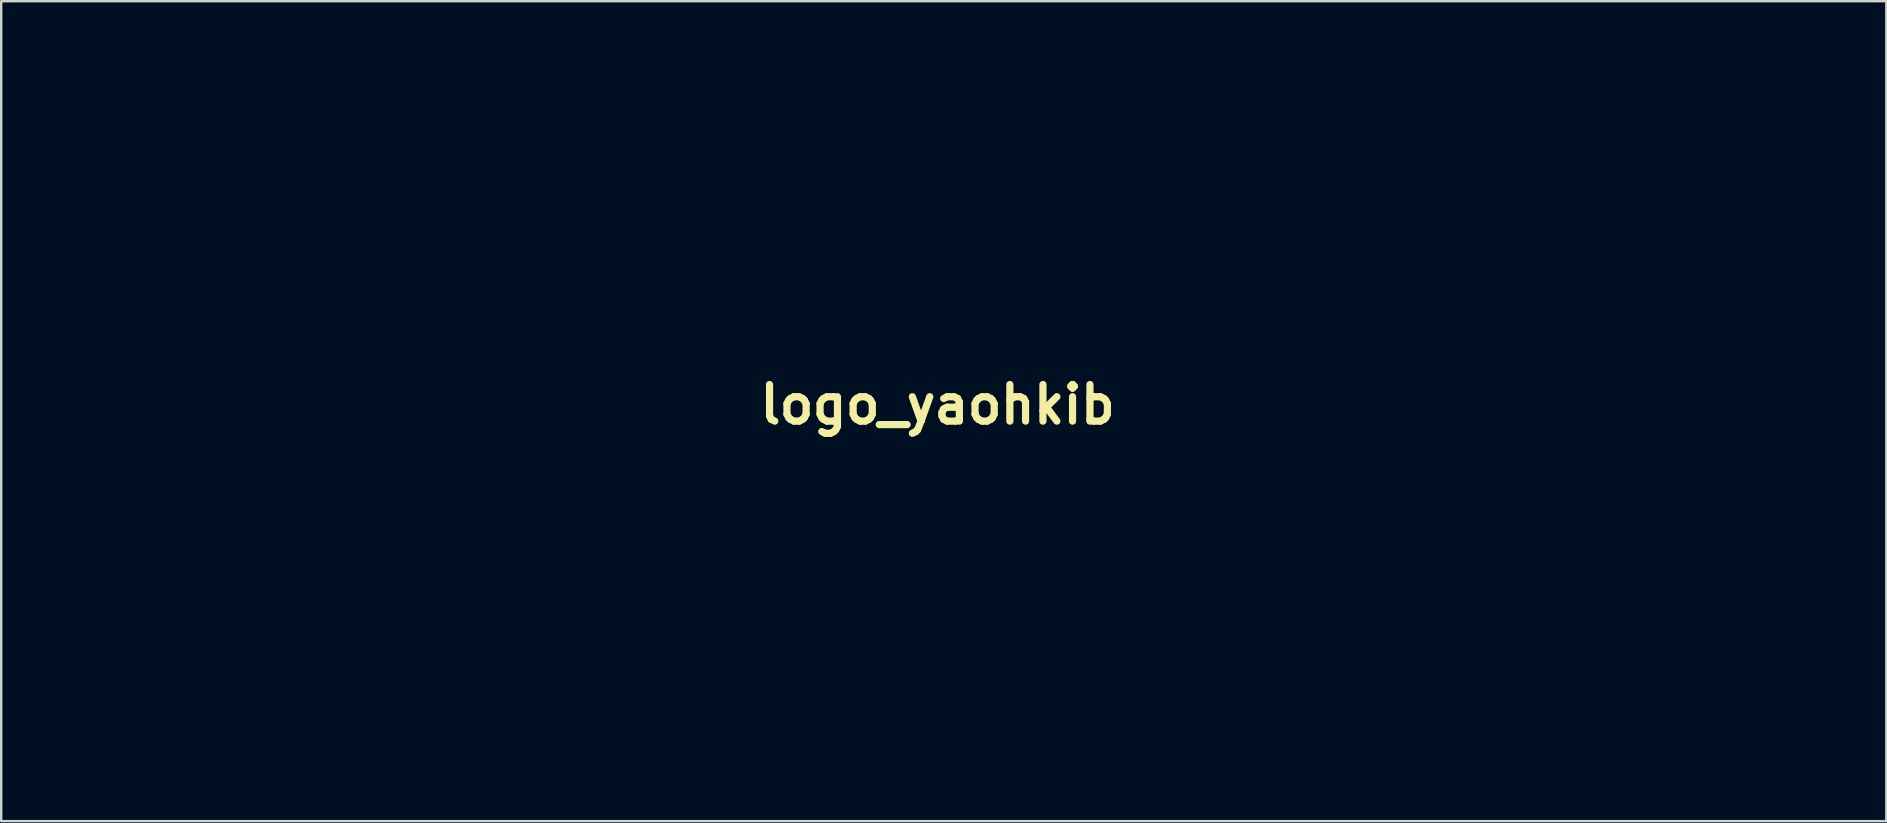
<source format=kicad_pcb>
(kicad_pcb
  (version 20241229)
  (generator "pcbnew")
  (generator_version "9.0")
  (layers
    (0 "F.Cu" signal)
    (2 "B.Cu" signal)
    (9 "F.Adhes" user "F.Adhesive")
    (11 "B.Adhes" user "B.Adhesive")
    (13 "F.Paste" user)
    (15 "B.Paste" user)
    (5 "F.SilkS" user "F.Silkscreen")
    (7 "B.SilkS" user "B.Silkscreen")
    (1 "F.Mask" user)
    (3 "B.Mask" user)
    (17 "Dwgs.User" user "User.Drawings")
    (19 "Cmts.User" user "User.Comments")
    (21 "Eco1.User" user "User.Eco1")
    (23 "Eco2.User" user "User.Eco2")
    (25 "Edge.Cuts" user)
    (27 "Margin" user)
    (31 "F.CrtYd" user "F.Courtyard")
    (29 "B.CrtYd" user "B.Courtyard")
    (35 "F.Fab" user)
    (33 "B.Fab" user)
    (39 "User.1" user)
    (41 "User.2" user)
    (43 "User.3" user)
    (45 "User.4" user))
  (footprint "logo_yaohkib"
    (layer "F.Cu")
    (at 36.023 13.81)
    (property "Reference" "logo_yaohkib" (at 0 0 0) (layer "F.SilkS") (effects (font (size 1.524 1.524) (thickness 0.3))))
    (attr through_hole)
    (fp_poly (pts (xy 9.483 -11.007) (xy 9.543 -10.404) (xy 9.483 -10.329) (xy 9.181 -10.399) (xy 9.144 -10.668) (xy 9.33 -11.086) (xy 9.483 -11.007)) (stroke (width 0.01) (type solid)) (fill no) (layer "Eco2.User"))
    (fp_poly (pts (xy 12.531 13.377) (xy 12.461 13.679) (xy 12.192 13.716) (xy 11.774 13.53) (xy 11.853 13.377) (xy 12.456 13.317) (xy 12.531 13.377)) (stroke (width 0.01) (type solid)) (fill no) (layer "Eco2.User"))
    (fp_poly (pts (xy 15.579 -6.435) (xy 15.639 -5.832) (xy 15.579 -5.757) (xy 15.277 -5.827) (xy 15.24 -6.096) (xy 15.426 -6.514) (xy 15.579 -6.435)) (stroke (width 0.01) (type solid)) (fill no) (layer "Eco2.User"))
    (fp_poly (pts (xy 18.119 5.757) (xy 18.049 6.059) (xy 17.78 6.096) (xy 17.362 5.91) (xy 17.441 5.757) (xy 18.044 5.697) (xy 18.119 5.757)) (stroke (width 0.01) (type solid)) (fill no) (layer "Eco2.User"))
    (fp_poly (pts (xy 24.215 -3.895) (xy 24.145 -3.593) (xy 23.876 -3.556) (xy 23.458 -3.742) (xy 23.537 -3.895) (xy 24.14 -3.955) (xy 24.215 -3.895)) (stroke (width 0.01) (type solid)) (fill no) (layer "Eco2.User"))
    (fp_poly (pts (xy 21.389 13.058) (xy 21.639 13.694) (xy 21.415 13.921) (xy 20.727 13.876) (xy 20.558 13.69) (xy 20.44 12.969) (xy 20.931 12.775) (xy 21.389 13.058)) (stroke (width 0.01) (type solid)) (fill no) (layer "Eco2.User"))
    (fp_poly (pts (xy 10.579 -1.117) (xy 10.668 -0.762) (xy 10.261 -0.089) (xy 9.906 0) (xy 9.233 -0.407) (xy 9.144 -0.762) (xy 9.551 -1.435) (xy 9.906 -1.524) (xy 10.579 -1.117)) (stroke (width 0.01) (type solid)) (fill no) (layer "Eco2.User"))
    (fp_poly (pts (xy 11.176 -9.906) (xy 11.665 -9.257) (xy 11.684 -9.114) (xy 11.297 -8.65) (xy 11.176 -8.636) (xy 10.73 -9.049) (xy 10.668 -9.428) (xy 10.914 -9.954) (xy 11.176 -9.906)) (stroke (width 0.01) (type solid)) (fill no) (layer "Eco2.User"))
    (fp_poly (pts (xy 13.918 -8.454) (xy 13.97 -8.135) (xy 13.546 -7.422) (xy 13.035 -7.2) (xy 12.327 -7.305) (xy 12.28 -7.955) (xy 12.731 -8.684) (xy 13.419 -8.865) (xy 13.918 -8.454)) (stroke (width 0.01) (type solid)) (fill no) (layer "Eco2.User"))
    (fp_poly (pts (xy 14.138 11.45) (xy 14.224 11.684) (xy 13.813 12.135) (xy 13.462 12.192) (xy 12.786 11.918) (xy 12.7 11.684) (xy 13.111 11.233) (xy 13.462 11.176) (xy 14.138 11.45)) (stroke (width 0.01) (type solid)) (fill no) (layer "Eco2.User"))
    (fp_poly (pts (xy 15.065 -1.213) (xy 14.986 -1.016) (xy 14.53 -0.531) (xy 14.448 -0.508) (xy 14.23 -0.901) (xy 14.224 -1.016) (xy 14.615 -1.504) (xy 14.762 -1.524) (xy 15.065 -1.213)) (stroke (width 0.01) (type solid)) (fill no) (layer "Eco2.User"))
    (fp_poly (pts (xy 21.545 5.831) (xy 21.59 6.096) (xy 21.189 6.859) (xy 20.955 6.985) (xy 20.445 6.749) (xy 20.32 6.096) (xy 20.554 5.29) (xy 20.955 5.207) (xy 21.545 5.831)) (stroke (width 0.01) (type solid)) (fill no) (layer "Eco2.User"))
    (fp_poly (pts (xy 21.755 -12.801) (xy 21.844 -12.446) (xy 21.437 -11.773) (xy 21.082 -11.684) (xy 20.409 -12.091) (xy 20.32 -12.446) (xy 20.727 -13.119) (xy 21.082 -13.208) (xy 21.755 -12.801)) (stroke (width 0.01) (type solid)) (fill no) (layer "Eco2.User"))
    (fp_poly (pts (xy 21.829 -8.249) (xy 21.844 -8.128) (xy 21.457 -7.635) (xy 21.336 -7.62) (xy 20.843 -8.007) (xy 20.828 -8.128) (xy 21.215 -8.621) (xy 21.336 -8.636) (xy 21.829 -8.249)) (stroke (width 0.01) (type solid)) (fill no) (layer "Eco2.User"))
    (fp_poly (pts (xy 21.829 10.039) (xy 21.844 10.16) (xy 21.457 10.653) (xy 21.336 10.668) (xy 20.843 10.281) (xy 20.828 10.16) (xy 21.215 9.667) (xy 21.336 9.652) (xy 21.829 10.039)) (stroke (width 0.01) (type solid)) (fill no) (layer "Eco2.User"))
    (fp_poly (pts (xy 26.33 -5.838) (xy 26.416 -5.618) (xy 26.08 -4.955) (xy 25.428 -4.796) (xy 25.217 -4.924) (xy 24.908 -5.662) (xy 25.452 -6.081) (xy 25.654 -6.096) (xy 26.33 -5.838)) (stroke (width 0.01) (type solid)) (fill no) (layer "Eco2.User"))
    (fp_poly (pts (xy 14.005 7.41) (xy 14.224 8.382) (xy 13.911 9.383) (xy 13.178 9.672) (xy 12.531 9.313) (xy 12.149 8.412) (xy 12.416 7.524) (xy 13.189 7.112) (xy 13.208 7.112) (xy 14.005 7.41)) (stroke (width 0.01) (type solid)) (fill no) (layer "Eco2.User"))
    (fp_poly (pts (xy -8.799 5.83) (xy -8.82 6.819) (xy -9.071 8.36) (xy -9.652 9.06) (xy -10.138 9.114) (xy -9.835 8.604) (xy -9.824 8.592) (xy -9.314 7.578) (xy -8.992 6.35) (xy -8.85 5.613) (xy -8.799 5.83)) (stroke (width 0.01) (type solid)) (fill no) (layer "Eco2.User"))
    (fp_poly (pts (xy 3.39 4.745) (xy 3.682 5.446) (xy 3.781 6.468) (xy 3.678 7.343) (xy 3.446 7.62) (xy 3.172 7.176) (xy 3.049 6.099) (xy 3.048 6.011) (xy 3.138 5.015) (xy 3.359 4.721) (xy 3.39 4.745)) (stroke (width 0.01) (type solid)) (fill no) (layer "Eco2.User"))
    (fp_poly (pts (xy 11.557 -13.115) (xy 12.647 -12.745) (xy 12.954 -11.938) (xy 12.618 -11.107) (xy 11.557 -10.761) (xy 10.545 -10.78) (xy 10.19 -11.35) (xy 10.16 -11.938) (xy 10.302 -12.891) (xy 10.939 -13.157) (xy 11.557 -13.115)) (stroke (width 0.01) (type solid)) (fill no) (layer "Eco2.User"))
    (fp_poly (pts (xy 11.747 9.778) (xy 12.145 10.372) (xy 12.192 11.176) (xy 12.066 12.255) (xy 11.472 12.653) (xy 10.668 12.7) (xy 9.589 12.574) (xy 9.191 11.98) (xy 9.144 11.176) (xy 9.27 10.097) (xy 9.864 9.699) (xy 10.668 9.652) (xy 11.747 9.778)) (stroke (width 0.01) (type solid)) (fill no) (layer "Eco2.User"))
    (fp_poly (pts (xy 19.875 1.142) (xy 20.273 1.736) (xy 20.32 2.54) (xy 20.194 3.619) (xy 19.6 4.017) (xy 18.796 4.064) (xy 17.717 3.938) (xy 17.319 3.344) (xy 17.272 2.54) (xy 17.398 1.461) (xy 17.992 1.063) (xy 18.796 1.016) (xy 19.875 1.142)) (stroke (width 0.01) (type solid)) (fill no) (layer "Eco2.User"))
    (fp_poly (pts (xy 26.289 -3.971) (xy 27.377 -3.607) (xy 27.815 -2.646) (xy 27.847 -2.413) (xy 27.843 -1.435) (xy 27.324 -1.065) (xy 26.45 -1.016) (xy 25.355 -1.134) (xy 24.945 -1.704) (xy 24.892 -2.574) (xy 24.996 -3.652) (xy 25.5 -4.006) (xy 26.289 -3.971)) (stroke (width 0.01) (type solid)) (fill no) (layer "Eco2.User"))
    (fp_poly (pts (xy -11.407 5.9) (xy -11.661 6.79) (xy -12.049 7.762) (xy -12.238 8.128) (xy -12.587 8.602) (xy -12.683 8.12) (xy -12.685 8.043) (xy -12.881 6.816) (xy -13.04 6.308) (xy -13.144 5.705) (xy -12.73 5.824) (xy -11.918 5.832) (xy -11.594 5.526) (xy -11.361 5.382) (xy -11.407 5.9)) (stroke (width 0.01) (type solid)) (fill no) (layer "Eco2.User"))
    (fp_poly (pts (xy 0.769 -3.133) (xy 0.995 -2.12) (xy 1.066 -0.678) (xy 0.987 0.907) (xy 0.766 2.348) (xy 0.408 3.359) (xy 0.23 3.576) (xy -0.168 3.806) (xy -0.387 3.556) (xy -0.46 2.659) (xy -0.422 0.947) (xy -0.405 0.504) (xy -0.227 -1.729) (xy 0.083 -3.063) (xy 0.381 -3.431) (xy 0.769 -3.133)) (stroke (width 0.01) (type solid)) (fill no) (layer "Eco2.User"))
    (fp_poly (pts (xy 17.395 -11.586) (xy 18.974 -11.274) (xy 19.725 -10.519) (xy 19.764 -9.151) (xy 19.593 -8.342) (xy 19.158 -7.465) (xy 18.236 -7.137) (xy 17.601 -7.112) (xy 16.349 -7.205) (xy 15.6 -7.432) (xy 15.579 -7.451) (xy 15.361 -8.136) (xy 15.245 -9.408) (xy 15.24 -9.766) (xy 15.24 -11.742) (xy 17.395 -11.586)) (stroke (width 0.01) (type solid)) (fill no) (layer "Eco2.User"))
    (fp_poly (pts (xy 17.907 8.226) (xy 19.283 8.398) (xy 19.948 8.787) (xy 20.203 9.601) (xy 20.23 9.81) (xy 20.148 11.121) (xy 19.787 11.969) (xy 18.883 12.482) (xy 17.59 12.7) (xy 16.436 12.566) (xy 16.087 12.361) (xy 15.869 11.676) (xy 15.753 10.404) (xy 15.748 10.046) (xy 15.748 8.07) (xy 17.907 8.226)) (stroke (width 0.01) (type solid)) (fill no) (layer "Eco2.User"))
    (fp_poly (pts (xy 14.098 -5.734) (xy 14.222 -4.801) (xy 14.224 -4.349) (xy 14.166 -3.197) (xy 13.798 -2.681) (xy 12.83 -2.545) (xy 12.16 -2.54) (xy 10.851 -2.587) (xy 10.29 -2.883) (xy 10.209 -3.66) (xy 10.255 -4.191) (xy 10.464 -5.289) (xy 11.023 -5.795) (xy 12.26 -5.995) (xy 12.319 -6) (xy 13.564 -6.047) (xy 14.098 -5.734)) (stroke (width 0.01) (type solid)) (fill no) (layer "Eco2.User"))
    (fp_poly (pts (xy 25.019 -13.446) (xy 28.529 -12.357) (xy 31.665 -10.327) (xy 32.789 -9.275) (xy 34.647 -7.366) (xy 32.436 -7.063) (xy 30.89 -6.804) (xy 29.699 -6.524) (xy 29.464 -6.442) (xy 28.506 -6.477) (xy 27.696 -6.887) (xy 26.532 -7.543) (xy 24.998 -8.153) (xy 24.775 -8.223) (xy 23.634 -8.62) (xy 23.07 -9.129) (xy 22.88 -10.079) (xy 22.86 -11.301) (xy 22.86 -13.805) (xy 25.019 -13.446)) (stroke (width 0.01) (type solid)) (fill no) (layer "Eco2.User"))
    (fp_poly (pts (xy 1.27 5.187) (xy 2.061 5.685) (xy 2.273 6.541) (xy 1.88 7.305) (xy 1.397 7.523) (xy 0.641 7.329) (xy 0.508 6.895) (xy 0.525 6.858) (xy 1.016 6.858) (xy 1.27 7.112) (xy 1.524 6.858) (xy 1.27 6.604) (xy 1.016 6.858) (xy 0.525 6.858) (xy 0.836 6.192) (xy 1.143 6.088) (xy 1.415 5.908) (xy 1.016 5.553) (xy 0.587 5.173) (xy 1.063 5.156) (xy 1.27 5.187)) (stroke (width 0.01) (type solid)) (fill no) (layer "Eco2.User"))
    (fp_poly (pts (xy 6.75 5.756) (xy 7.02 6.482) (xy 6.92 7.377) (xy 6.161 7.62) (xy 5.189 7.416) (xy 4.854 7.158) (xy 4.759 6.32) (xy 5.588 6.32) (xy 5.853 7.015) (xy 6.096 7.112) (xy 6.589 6.747) (xy 6.604 6.634) (xy 6.235 5.946) (xy 6.096 5.842) (xy 5.661 5.957) (xy 5.588 6.32) (xy 4.759 6.32) (xy 4.751 6.253) (xy 5.241 5.443) (xy 6.033 5.187) (xy 6.75 5.756)) (stroke (width 0.01) (type solid)) (fill no) (layer "Eco2.User"))
    (fp_poly (pts (xy -7.112 5.208) (xy -6.434 5.821) (xy -6.188 6.517) (xy -6.298 7.389) (xy -7.077 7.62) (xy -7.921 7.407) (xy -8.128 7.096) (xy -7.913 6.773) (xy -7.451 6.773) (xy -7.381 7.075) (xy -7.112 7.112) (xy -6.694 6.926) (xy -6.773 6.773) (xy -7.376 6.713) (xy -7.451 6.773) (xy -7.913 6.773) (xy -7.72 6.484) (xy -7.323 6.263) (xy -6.807 5.911) (xy -7.196 5.479) (xy -7.582 5.137) (xy -7.112 5.208)) (stroke (width 0.01) (type solid)) (fill no) (layer "Eco2.User"))
    (fp_poly (pts (xy -15.867 4.355) (xy -15.1 4.987) (xy -14.567 5.243) (xy -13.865 5.922) (xy -13.811 6.47) (xy -14.351 7.274) (xy -15.255 7.564) (xy -15.9 7.299) (xy -16.132 6.634) (xy -15.748 6.634) (xy -15.361 7.098) (xy -15.24 7.112) (xy -14.794 6.699) (xy -14.732 6.32) (xy -14.978 5.794) (xy -15.24 5.842) (xy -15.729 6.491) (xy -15.748 6.634) (xy -16.132 6.634) (xy -16.15 6.582) (xy -16.248 5.376) (xy -16.144 4.463) (xy -15.901 4.312) (xy -15.867 4.355)) (stroke (width 0.01) (type solid)) (fill no) (layer "Eco2.User"))
    (fp_poly (pts (xy -30.564 -3.436) (xy -30.593 -2.933) (xy -31.097 -1.835) (xy -31.338 -1.372) (xy -32.036 0.337) (xy -32.481 2.079) (xy -32.84 3.334) (xy -33.356 3.7) (xy -33.401 3.687) (xy -33.888 3.073) (xy -34.036 2.223) (xy -34.266 0.985) (xy -34.839 -0.57) (xy -35.052 -1.016) (xy -35.759 -2.46) (xy -36.018 -3.224) (xy -35.868 -3.518) (xy -35.552 -3.556) (xy -35.024 -3.14) (xy -34.354 -2.106) (xy -34.177 -1.756) (xy -33.319 0.044) (xy -32.395 -1.756) (xy -31.697 -2.897) (xy -31.097 -3.518) (xy -30.976 -3.556) (xy -30.564 -3.436)) (stroke (width 0.01) (type solid)) (fill no) (layer "Eco2.User"))
    (fp_poly (pts (xy 36.429 -2.366) (xy 36.504 -1.414) (xy 36.532 -0.137) (xy 36.124 3.591) (xy 34.861 6.948) (xy 32.843 9.81) (xy 30.174 12.053) (xy 26.953 13.552) (xy 24.99 14.013) (xy 22.86 14.354) (xy 22.86 11.772) (xy 22.893 10.246) (xy 23.117 9.441) (xy 23.717 9.061) (xy 24.7 8.845) (xy 26.573 8.089) (xy 28.456 6.676) (xy 30.057 4.895) (xy 31.084 3.031) (xy 31.253 2.413) (xy 31.597 1.143) (xy 32.153 0.602) (xy 32.95 0.5) (xy 34.591 0.223) (xy 35.595 -0.718) (xy 36.046 -1.821) (xy 36.285 -2.47) (xy 36.429 -2.366)) (stroke (width 0.01) (type solid)) (fill no) (layer "Eco2.User"))
    (fp_poly (pts (xy -16.31 -3.149) (xy -15.573 -2.627) (xy -14.997 -1.493) (xy -14.734 0.009) (xy -14.732 0.13) (xy -15.138 1.873) (xy -16.189 3.169) (xy -17.634 3.898) (xy -19.221 3.938) (xy -20.699 3.171) (xy -20.828 3.048) (xy -21.605 1.685) (xy -21.852 -0.023) (xy -20.599 -0.023) (xy -20.244 1.537) (xy -20.057 1.863) (xy -18.982 2.815) (xy -17.783 2.85) (xy -16.707 1.996) (xy -16.383 1.444) (xy -16.023 -0.107) (xy -16.331 -1.485) (xy -17.141 -2.466) (xy -18.292 -2.826) (xy -19.282 -2.552) (xy -20.256 -1.516) (xy -20.599 -0.023) (xy -21.852 -0.023) (xy -21.854 -0.039) (xy -21.568 -1.695) (xy -20.915 -2.715) (xy -19.563 -3.383) (xy -17.875 -3.525) (xy -16.31 -3.149)) (stroke (width 0.01) (type solid)) (fill no) (layer "Eco2.User"))
    (fp_poly (pts (xy -25.708 -3.11) (xy -24.972 -1.908) (xy -24.143 -0.153) (xy -23.973 0.254) (xy -23.24 2.232) (xy -22.91 3.524) (xy -22.977 4.065) (xy -23.436 3.789) (xy -24.177 2.794) (xy -25.391 1.723) (xy -26.393 1.524) (xy -27.684 1.887) (xy -28.356 2.794) (xy -28.979 3.743) (xy -29.545 4.052) (xy -29.817 3.686) (xy -29.702 2.998) (xy -29.004 1.091) (xy -28.28 -0.516) (xy -27.069 -0.516) (xy -27.052 0.295) (xy -26.314 0.508) (xy -25.574 0.281) (xy -25.6 -0.296) (xy -25.874 -1.283) (xy -25.908 -1.596) (xy -26.107 -1.934) (xy -26.542 -1.6) (xy -26.973 -0.819) (xy -27.069 -0.516) (xy -28.28 -0.516) (xy -28.173 -0.753) (xy -27.335 -2.296) (xy -26.617 -3.3) (xy -26.231 -3.556) (xy -25.708 -3.11)) (stroke (width 0.01) (type solid)) (fill no) (layer "Eco2.User"))
    (fp_poly (pts (xy -7.943 -3.312) (xy -7.714 -2.463) (xy -7.625 -0.834) (xy -7.62 -0.102) (xy -7.762 2.331) (xy -8.202 3.845) (xy -8.962 4.499) (xy -9.373 4.532) (xy -9.619 4.399) (xy -9.374 4.27) (xy -9.073 3.67) (xy -9.028 2.489) (xy -9.049 2.278) (xy -9.294 1.079) (xy -9.836 0.591) (xy -10.724 0.508) (xy -11.703 0.609) (xy -12.111 1.116) (xy -12.192 2.328) (xy -12.335 3.613) (xy -12.774 3.952) (xy -12.827 3.937) (xy -13.224 3.287) (xy -13.43 1.659) (xy -13.462 0.254) (xy -13.367 -1.95) (xy -13.082 -3.169) (xy -12.827 -3.429) (xy -12.338 -3.173) (xy -12.192 -2.185) (xy -12.055 -1.143) (xy -11.439 -0.795) (xy -10.795 -0.787) (xy -9.72 -1.044) (xy -9.282 -1.896) (xy -9.237 -2.201) (xy -8.879 -3.214) (xy -8.348 -3.556) (xy -7.943 -3.312)) (stroke (width 0.01) (type solid)) (fill no) (layer "Eco2.User"))
    (fp_poly (pts (xy 5.649 -3.22) (xy 6.28 -2.856) (xy 6.52 -2.032) (xy 6.825 -0.866) (xy 7.155 -0.279) (xy 7.502 0.552) (xy 7.62 1.608) (xy 7.206 2.957) (xy 6.165 3.802) (xy 4.805 4.049) (xy 3.428 3.601) (xy 2.844 3.104) (xy 2.29 2.109) (xy 2.143 0.943) (xy 3.113 0.943) (xy 3.574 2.065) (xy 4.439 2.935) (xy 5.467 2.835) (xy 6.096 2.286) (xy 6.388 1.342) (xy 5.869 0.511) (xy 4.736 0.036) (xy 4.256 0) (xy 3.288 0.217) (xy 3.113 0.943) (xy 2.143 0.943) (xy 2.1 0.598) (xy 2.131 -0.579) (xy 2.204 -1.864) (xy 3.137 -1.864) (xy 3.22 -1.183) (xy 4.002 -1.083) (xy 4.146 -1.102) (xy 5.062 -1.51) (xy 5.334 -2.032) (xy 4.977 -2.654) (xy 4.199 -2.767) (xy 3.434 -2.403) (xy 3.137 -1.864) (xy 2.204 -1.864) (xy 2.286 -3.302) (xy 4.318 -3.302) (xy 5.649 -3.22)) (stroke (width 0.01) (type solid)) (fill no) (layer "Eco2.User"))
    (fp_poly (pts (xy 21.844 -3.635) (xy 22.081 -1.554) (xy 22.88 -0.26) (xy 24.372 0.38) (xy 26.013 0.508) (xy 27.726 0.368) (xy 28.765 -0.184) (xy 29.314 -1.347) (xy 29.559 -3.315) (xy 29.718 -5.842) (xy 34.798 -5.842) (xy 34.798 -0.762) (xy 32.513 -0.6) (xy 30.434 -0.232) (xy 29.167 0.618) (xy 28.561 2.108) (xy 28.448 3.661) (xy 28.448 6.149) (xy 25.781 5.996) (xy 23.114 5.842) (xy 22.955 3.315) (xy 22.758 1.709) (xy 22.44 0.485) (xy 22.257 0.14) (xy 21.456 -0.249) (xy 20.049 -0.48) (xy 19.321 -0.508) (xy 17.18 -0.212) (xy 15.839 0.696) (xy 15.266 2.244) (xy 15.249 3.135) (xy 15.301 4.791) (xy 15.08 5.674) (xy 14.377 6.029) (xy 12.979 6.096) (xy 12.673 6.096) (xy 10.107 6.096) (xy 10.414 0.762) (xy 12.699 0.6) (xy 14.78 0.23) (xy 16.048 -0.622) (xy 16.654 -2.113) (xy 16.764 -3.635) (xy 16.764 -6.096) (xy 21.844 -6.096) (xy 21.844 -3.635)) (stroke (width 0.01) (type solid)) (fill no) (layer "Eco2.User"))
    (fp_poly (pts (xy -5.714 -3.121) (xy -5.588 -2.286) (xy -5.52 -1.354) (xy -5.184 -1.103) (xy -4.383 -1.519) (xy -3.542 -2.123) (xy -2.473 -2.746) (xy -1.737 -2.879) (xy -1.657 -2.829) (xy -1.734 -2.298) (xy -2.413 -1.661) (xy -3.291 -0.917) (xy -3.463 -0.149) (xy -2.937 0.942) (xy -2.493 1.591) (xy -1.86 2.791) (xy -1.704 3.775) (xy -1.732 3.873) (xy -1.594 4.792) (xy -0.936 5.55) (xy -0.22 6.502) (xy -0.408 7.27) (xy -1.429 7.617) (xy -1.554 7.62) (xy -2.226 7.418) (xy -2.504 6.635) (xy -2.504 6.634) (xy -2.032 6.634) (xy -1.645 7.098) (xy -1.524 7.112) (xy -1.078 6.699) (xy -1.016 6.32) (xy -1.262 5.794) (xy -1.524 5.842) (xy -2.013 6.491) (xy -2.032 6.634) (xy -2.504 6.634) (xy -2.54 5.775) (xy -2.74 4.432) (xy -3.245 2.988) (xy -3.912 1.719) (xy -4.598 0.903) (xy -5.123 0.789) (xy -5.468 1.487) (xy -5.567 2.678) (xy -5.411 3.865) (xy -5.199 4.355) (xy -4.432 4.987) (xy -3.899 5.243) (xy -3.197 5.922) (xy -3.143 6.47) (xy -3.683 7.274) (xy -4.587 7.564) (xy -5.232 7.299) (xy -5.495 6.572) (xy -5.507 6.439) (xy -4.865 6.439) (xy -4.458 6.991) (xy -4.034 7.112) (xy -3.565 6.771) (xy -3.556 6.689) (xy -3.887 5.952) (xy -4.575 5.85) (xy -4.651 5.891) (xy -4.865 6.439) (xy -5.507 6.439) (xy -5.588 5.533) (xy -5.754 4.392) (xy -6.096 3.81) (xy -6.35 3.18) (xy -6.532 1.823) (xy -6.604 0.03) (xy -6.604 -0.03) (xy -6.536 -1.843) (xy -6.355 -3.094) (xy -6.096 -3.556) (xy -5.714 -3.121)) (stroke (width 0.01) (type solid)) (fill no) (layer "Eco2.User")))
  (gr_rect
    (start -3 -3)
    (end 75.56 31.169)
    (stroke (width 0.1) (type default))
    (fill no)
    (layer "Edge.Cuts")))
</source>
